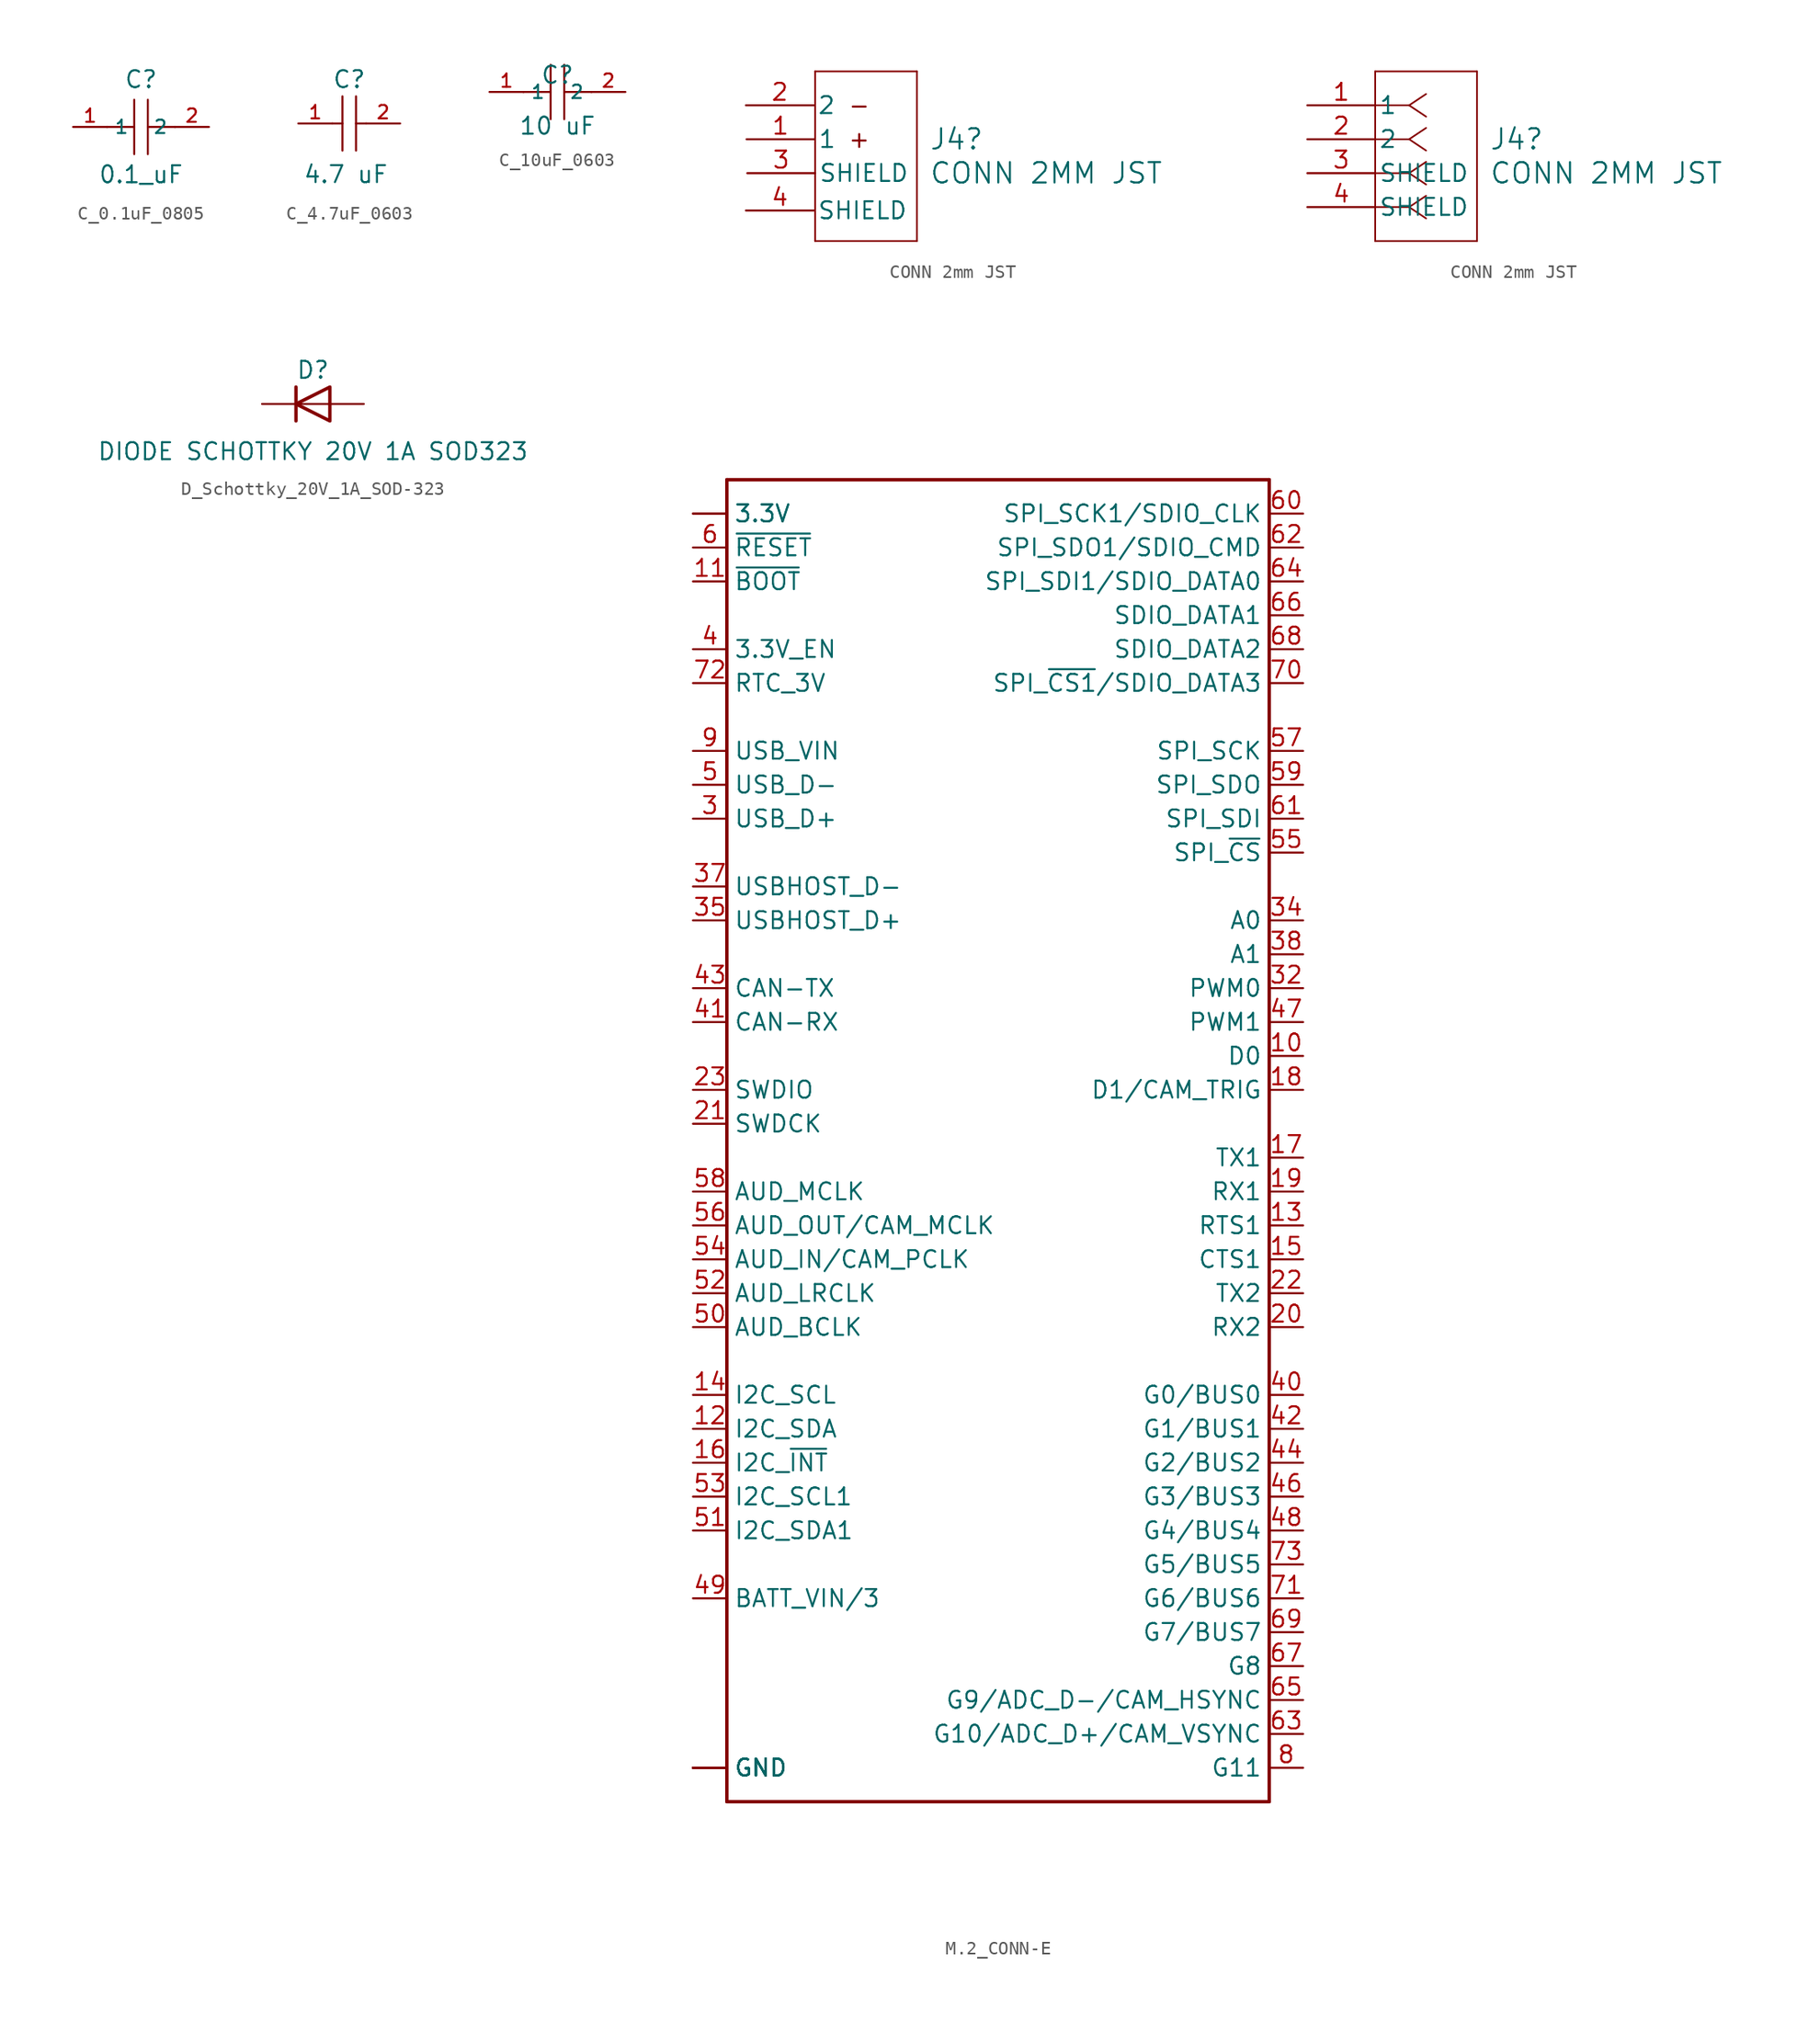
<source format=kicad_sym>
(kicad_symbol_lib
  (version 20241209)
  (generator "kicad_symbol_editor")
  (generator_version "9.0")
  (symbol "C_0.1uF_0805"
    (property "Reference" "C"
      (at 0 3.556 0)
      (effects (font (size 1.27 1.27))))
    (property "Value" "0.1_uF"
      (at 0 -3.556 0)
      (effects (font (size 1.27 1.27))))
    (symbol "C_0.1uF_0805_0_1"
      (polyline (pts (xy -0.508 0) (xy -2.54 0)) (stroke (width 0) (type default)) (fill (type none)))
      (polyline (pts (xy -0.508 -2.032) (xy -0.508 2.032)) (stroke (width 0) (type default)) (fill (type none)))
      (polyline (pts (xy 0.508 2.032) (xy 0.508 -2.032)) (stroke (width 0) (type default)) (fill (type none)))
      (polyline (pts (xy 2.54 0) (xy 0.508 0)) (stroke (width 0) (type default)) (fill (type none)))
      (pin unspecified line (at -5.08 0 0) (length 2.54) (name "1" (effects (font (size 1 1)))) (number "1" (effects (font (size 1 1)))))
      (pin unspecified line (at 5.08 0 180) (length 2.54) (name "2" (effects (font (size 1 1)))) (number "2" (effects (font (size 1 1)))))))
  (symbol "C_4.7uF_0603"
    (property "Reference" "C"
      (at 0 3.302 0)
      (effects (font (size 1.27 1.27))))
    (property "Value" "4.7 uF"
      (at -0.254 -3.81 0)
      (effects (font (size 1.27 1.27))))
    (symbol "C_4.7uF_0603_0_1"
      (polyline (pts (xy -1.27 0) (xy -0.508 0)) (stroke (width 0) (type default)) (fill (type none)))
      (polyline (pts (xy -0.508 2.032) (xy -0.508 -2.032)) (stroke (width 0) (type default)) (fill (type none)))
      (polyline (pts (xy 0.508 2.032) (xy 0.508 -2.032)) (stroke (width 0) (type default)) (fill (type none)))
      (polyline (pts (xy 0.508 0) (xy 1.27 0)) (stroke (width 0) (type default)) (fill (type none))))
    (symbol "C_4.7uF_0603_1_1"
      (pin input line (at -3.81 0 0) (length 2.54) (name "" (effects (font (size 1 1)))) (number "1" (effects (font (size 1 1)))))
      (pin input line (at 3.81 0 180) (length 2.54) (name "" (effects (font (size 1 1)))) (number "2" (effects (font (size 1 1)))))))
  (symbol "C_10uF_0603"
    (property "Reference" "C"
      (at 0 1.27 0)
      (effects (font (size 1.27 1.27))))
    (property "Value" "10 uF"
      (at 0 -2.54 0)
      (effects (font (size 1.27 1.27))))
    (symbol "C_10uF_0603_0_1"
      (polyline (pts (xy -0.508 0) (xy -2.54 0)) (stroke (width 0) (type default)) (fill (type none)))
      (polyline (pts (xy -0.508 -2.032) (xy -0.508 2.032)) (stroke (width 0) (type default)) (fill (type none)))
      (polyline (pts (xy 0.508 2.032) (xy 0.508 -2.032)) (stroke (width 0) (type default)) (fill (type none)))
      (polyline (pts (xy 2.54 0) (xy 0.508 0)) (stroke (width 0) (type default)) (fill (type none)))
      (pin unspecified line (at -5.08 0 0) (length 2.54) (name "1" (effects (font (size 1 1)))) (number "1" (effects (font (size 1 1)))))
      (pin unspecified line (at 5.08 0 180) (length 2.54) (name "2" (effects (font (size 1 1)))) (number "2" (effects (font (size 1 1)))))))
  (symbol "CONN 2mm JST"
    (pin_names
      (offset 0.254))
    (property "Reference" "J4"
      (at 13.614 -2.54 0)
      (effects (font (size 1.524 1.524)) (justify left)))
    (property "Value" "CONN 2MM JST"
      (at 13.614 -5.08 0)
      (effects (font (size 1.524 1.524)) (justify left)))
    (symbol "CONN 2mm JST_1_1"
      (polyline (pts (xy 5.08 2.54) (xy 5.08 -10.16)) (stroke (width 0.127) (type default)) (fill (type none)))
      (polyline (pts (xy 5.08 -10.16) (xy 12.7 -10.16)) (stroke (width 0.127) (type default)) (fill (type none)))
      (polyline (pts (xy 12.7 2.54) (xy 5.08 2.54)) (stroke (width 0.127) (type default)) (fill (type none)))
      (polyline (pts (xy 12.7 -10.16) (xy 12.7 2.54)) (stroke (width 0.127) (type default)) (fill (type none)))
      (text "-" (at 8.382 0 0) (effects (font (size 1.27 1.27))))
      (text "+" (at 8.382 -2.54 0) (effects (font (size 1.27 1.27))))
      (pin bidirectional line (at -0.102 0 0) (length 5.08) (name "2" (effects (font (size 1.27 1.27)))) (number "2" (effects (font (size 1.27 1.27)))))
      (pin bidirectional line (at -0.102 -7.874 0) (length 5.08) (name "SHIELD" (effects (font (size 1.27 1.27)))) (number "4" (effects (font (size 1.27 1.27)))))
      (pin bidirectional line (at -0.051 -2.54 0) (length 5.08) (name "1" (effects (font (size 1.27 1.27)))) (number "1" (effects (font (size 1.27 1.27)))))
      (pin bidirectional line (at 0 -5.08 0) (length 5.08) (name "SHIELD" (effects (font (size 1.27 1.27)))) (number "3" (effects (font (size 1.27 1.27))))))
    (symbol "CONN 2mm JST_1_2"
      (polyline (pts (xy 5.08 2.54) (xy 5.08 -10.16)) (stroke (width 0.127) (type default)) (fill (type none)))
      (polyline (pts (xy 5.08 -10.16) (xy 12.7 -10.16)) (stroke (width 0.127) (type default)) (fill (type none)))
      (polyline (pts (xy 7.62 0) (xy 5.08 0)) (stroke (width 0.127) (type default)) (fill (type none)))
      (polyline (pts (xy 7.62 0) (xy 8.89 0.847)) (stroke (width 0.127) (type default)) (fill (type none)))
      (polyline (pts (xy 7.62 0) (xy 8.89 -0.847)) (stroke (width 0.127) (type default)) (fill (type none)))
      (polyline (pts (xy 7.62 -2.54) (xy 5.08 -2.54)) (stroke (width 0.127) (type default)) (fill (type none)))
      (polyline (pts (xy 7.62 -2.54) (xy 8.89 -1.693)) (stroke (width 0.127) (type default)) (fill (type none)))
      (polyline (pts (xy 7.62 -2.54) (xy 8.89 -3.387)) (stroke (width 0.127) (type default)) (fill (type none)))
      (polyline (pts (xy 7.62 -5.08) (xy 5.08 -5.08)) (stroke (width 0.127) (type default)) (fill (type none)))
      (polyline (pts (xy 7.62 -5.08) (xy 8.89 -4.233)) (stroke (width 0.127) (type default)) (fill (type none)))
      (polyline (pts (xy 7.62 -5.08) (xy 8.89 -5.927)) (stroke (width 0.127) (type default)) (fill (type none)))
      (polyline (pts (xy 7.62 -7.62) (xy 5.08 -7.62)) (stroke (width 0.127) (type default)) (fill (type none)))
      (polyline (pts (xy 7.62 -7.62) (xy 8.89 -6.773)) (stroke (width 0.127) (type default)) (fill (type none)))
      (polyline (pts (xy 7.62 -7.62) (xy 8.89 -8.467)) (stroke (width 0.127) (type default)) (fill (type none)))
      (polyline (pts (xy 12.7 2.54) (xy 5.08 2.54)) (stroke (width 0.127) (type default)) (fill (type none)))
      (polyline (pts (xy 12.7 -10.16) (xy 12.7 2.54)) (stroke (width 0.127) (type default)) (fill (type none)))
      (pin unspecified line (at 0 0 0) (length 5.08) (name "1" (effects (font (size 1.27 1.27)))) (number "1" (effects (font (size 1.27 1.27)))))
      (pin unspecified line (at 0 -2.54 0) (length 5.08) (name "2" (effects (font (size 1.27 1.27)))) (number "2" (effects (font (size 1.27 1.27)))))
      (pin unspecified line (at 0 -5.08 0) (length 5.08) (name "SHIELD" (effects (font (size 1.27 1.27)))) (number "3" (effects (font (size 1.27 1.27)))))
      (pin unspecified line (at 0 -7.62 0) (length 5.08) (name "SHIELD" (effects (font (size 1.27 1.27)))) (number "4" (effects (font (size 1.27 1.27)))))))
  (symbol "D_Schottky_20V_1A_SOD-323"
    (pin_numbers
      (hide yes))
    (pin_names
      (hide yes))
    (property "Reference" "D"
      (at 0 2.54 0)
      (effects (font (size 1.27 1.27))))
    (property "Value" "DIODE SCHOTTKY 20V 1A SOD323"
      (at 0 -3.556 0)
      (effects (font (size 1.27 1.27))))
    (symbol "D_Schottky_20V_1A_SOD-323_0_1"
      (polyline (pts (xy -1.27 1.27) (xy -1.27 -1.27)) (stroke (width 0.254) (type default)) (fill (type none)))
      (polyline (pts (xy 1.27 1.27) (xy 1.27 -1.27) (xy -1.27 0) (xy 1.27 1.27)) (stroke (width 0.254) (type default)) (fill (type none)))
      (polyline (pts (xy 1.27 0) (xy -1.27 0)) (stroke (width 0) (type default)) (fill (type none))))
    (symbol "D_Schottky_20V_1A_SOD-323_1_1"
      (pin passive line (at -3.81 0 0) (length 2.54) (name "K" (effects (font (size 1.27 1.27)))) (number "1" (effects (font (size 1.27 1.27)))))
      (pin passive line (at 3.81 0 180) (length 2.54) (name "A" (effects (font (size 1.27 1.27)))) (number "2" (effects (font (size 1.27 1.27)))))))
  (symbol "M.2_CONN-E"
    (property "Reference" "J"
      (at -20.32 53.848 0)
      (effects (font (size 1.778 1.511)) (justify left bottom) (hide yes)))
    (symbol "M.2_CONN-E_1_0"
      (polyline (pts (xy -20.32 53.34) (xy 20.32 53.34)) (stroke (width 0.254) (type solid)) (fill (type none)))
      (polyline (pts (xy -20.32 -45.72) (xy -20.32 53.34)) (stroke (width 0.254) (type solid)) (fill (type none)))
      (polyline (pts (xy 20.32 53.34) (xy 20.32 -45.72)) (stroke (width 0.254) (type solid)) (fill (type none)))
      (polyline (pts (xy 20.32 -45.72) (xy -20.32 -45.72)) (stroke (width 0.254) (type solid)) (fill (type none)))
      (pin bidirectional line (at -22.86 50.8 0) (length 2.54) (name "3.3V" (effects (font (size 1.27 1.27)))) (number "2" (effects (font (size 0 0)))))
      (pin bidirectional line (at -22.86 50.8 0) (length 2.54) (name "3.3V" (effects (font (size 1.27 1.27)))) (number "74" (effects (font (size 0 0)))))
      (pin bidirectional line (at -22.86 48.26 0) (length 2.54) (name "~{RESET}" (effects (font (size 1.27 1.27)))) (number "6" (effects (font (size 1.27 1.27)))))
      (pin bidirectional line (at -22.86 45.72 0) (length 2.54) (name "~{BOOT}" (effects (font (size 1.27 1.27)))) (number "11" (effects (font (size 1.27 1.27)))))
      (pin bidirectional line (at -22.86 40.64 0) (length 2.54) (name "3.3V_EN" (effects (font (size 1.27 1.27)))) (number "4" (effects (font (size 1.27 1.27)))))
      (pin bidirectional line (at -22.86 38.1 0) (length 2.54) (name "RTC_3V" (effects (font (size 1.27 1.27)))) (number "72" (effects (font (size 1.27 1.27)))))
      (pin bidirectional line (at -22.86 33.02 0) (length 2.54) (name "USB_VIN" (effects (font (size 1.27 1.27)))) (number "9" (effects (font (size 1.27 1.27)))))
      (pin bidirectional line (at -22.86 30.48 0) (length 2.54) (name "USB_D-" (effects (font (size 1.27 1.27)))) (number "5" (effects (font (size 1.27 1.27)))))
      (pin bidirectional line (at -22.86 27.94 0) (length 2.54) (name "USB_D+" (effects (font (size 1.27 1.27)))) (number "3" (effects (font (size 1.27 1.27)))))
      (pin bidirectional line (at -22.86 22.86 0) (length 2.54) (name "USBHOST_D-" (effects (font (size 1.27 1.27)))) (number "37" (effects (font (size 1.27 1.27)))))
      (pin bidirectional line (at -22.86 20.32 0) (length 2.54) (name "USBHOST_D+" (effects (font (size 1.27 1.27)))) (number "35" (effects (font (size 1.27 1.27)))))
      (pin bidirectional line (at -22.86 15.24 0) (length 2.54) (name "CAN-TX" (effects (font (size 1.27 1.27)))) (number "43" (effects (font (size 1.27 1.27)))))
      (pin bidirectional line (at -22.86 12.7 0) (length 2.54) (name "CAN-RX" (effects (font (size 1.27 1.27)))) (number "41" (effects (font (size 1.27 1.27)))))
      (pin bidirectional line (at -22.86 7.62 0) (length 2.54) (name "SWDIO" (effects (font (size 1.27 1.27)))) (number "23" (effects (font (size 1.27 1.27)))))
      (pin bidirectional line (at -22.86 5.08 0) (length 2.54) (name "SWDCK" (effects (font (size 1.27 1.27)))) (number "21" (effects (font (size 1.27 1.27)))))
      (pin bidirectional line (at -22.86 0 0) (length 2.54) (name "AUD_MCLK" (effects (font (size 1.27 1.27)))) (number "58" (effects (font (size 1.27 1.27)))))
      (pin bidirectional line (at -22.86 -2.54 0) (length 2.54) (name "AUD_OUT/CAM_MCLK" (effects (font (size 1.27 1.27)))) (number "56" (effects (font (size 1.27 1.27)))))
      (pin bidirectional line (at -22.86 -5.08 0) (length 2.54) (name "AUD_IN/CAM_PCLK" (effects (font (size 1.27 1.27)))) (number "54" (effects (font (size 1.27 1.27)))))
      (pin bidirectional line (at -22.86 -7.62 0) (length 2.54) (name "AUD_LRCLK" (effects (font (size 1.27 1.27)))) (number "52" (effects (font (size 1.27 1.27)))))
      (pin bidirectional line (at -22.86 -10.16 0) (length 2.54) (name "AUD_BCLK" (effects (font (size 1.27 1.27)))) (number "50" (effects (font (size 1.27 1.27)))))
      (pin bidirectional line (at -22.86 -15.24 0) (length 2.54) (name "I2C_SCL" (effects (font (size 1.27 1.27)))) (number "14" (effects (font (size 1.27 1.27)))))
      (pin bidirectional line (at -22.86 -17.78 0) (length 2.54) (name "I2C_SDA" (effects (font (size 1.27 1.27)))) (number "12" (effects (font (size 1.27 1.27)))))
      (pin bidirectional line (at -22.86 -20.32 0) (length 2.54) (name "I2C_~{INT}" (effects (font (size 1.27 1.27)))) (number "16" (effects (font (size 1.27 1.27)))))
      (pin bidirectional line (at -22.86 -22.86 0) (length 2.54) (name "I2C_SCL1" (effects (font (size 1.27 1.27)))) (number "53" (effects (font (size 1.27 1.27)))))
      (pin bidirectional line (at -22.86 -25.4 0) (length 2.54) (name "I2C_SDA1" (effects (font (size 1.27 1.27)))) (number "51" (effects (font (size 1.27 1.27)))))
      (pin bidirectional line (at -22.86 -30.48 0) (length 2.54) (name "BATT_VIN/3" (effects (font (size 1.27 1.27)))) (number "49" (effects (font (size 1.27 1.27)))))
      (pin bidirectional line (at -22.86 -43.18 0) (length 2.54) (name "GND" (effects (font (size 1.27 1.27)))) (number "1" (effects (font (size 0 0)))))
      (pin bidirectional line (at -22.86 -43.18 0) (length 2.54) (name "GND" (effects (font (size 1.27 1.27)))) (number "33" (effects (font (size 0 0)))))
      (pin bidirectional line (at -22.86 -43.18 0) (length 2.54) (name "GND" (effects (font (size 1.27 1.27)))) (number "36" (effects (font (size 0 0)))))
      (pin bidirectional line (at -22.86 -43.18 0) (length 2.54) (name "GND" (effects (font (size 1.27 1.27)))) (number "39" (effects (font (size 0 0)))))
      (pin bidirectional line (at -22.86 -43.18 0) (length 2.54) (name "GND" (effects (font (size 1.27 1.27)))) (number "45" (effects (font (size 0 0)))))
      (pin bidirectional line (at -22.86 -43.18 0) (length 2.54) (name "GND" (effects (font (size 1.27 1.27)))) (number "7" (effects (font (size 0 0)))))
      (pin bidirectional line (at -22.86 -43.18 0) (length 2.54) (name "GND" (effects (font (size 1.27 1.27)))) (number "75" (effects (font (size 0 0)))))
      (pin bidirectional line (at 22.86 50.8 180) (length 2.54) (name "SPI_SCK1/SDIO_CLK" (effects (font (size 1.27 1.27)))) (number "60" (effects (font (size 1.27 1.27)))))
      (pin bidirectional line (at 22.86 48.26 180) (length 2.54) (name "SPI_SDO1/SDIO_CMD" (effects (font (size 1.27 1.27)))) (number "62" (effects (font (size 1.27 1.27)))))
      (pin bidirectional line (at 22.86 45.72 180) (length 2.54) (name "SPI_SDI1/SDIO_DATA0" (effects (font (size 1.27 1.27)))) (number "64" (effects (font (size 1.27 1.27)))))
      (pin bidirectional line (at 22.86 43.18 180) (length 2.54) (name "SDIO_DATA1" (effects (font (size 1.27 1.27)))) (number "66" (effects (font (size 1.27 1.27)))))
      (pin bidirectional line (at 22.86 40.64 180) (length 2.54) (name "SDIO_DATA2" (effects (font (size 1.27 1.27)))) (number "68" (effects (font (size 1.27 1.27)))))
      (pin bidirectional line (at 22.86 38.1 180) (length 2.54) (name "SPI_~{CS1}/SDIO_DATA3" (effects (font (size 1.27 1.27)))) (number "70" (effects (font (size 1.27 1.27)))))
      (pin bidirectional line (at 22.86 33.02 180) (length 2.54) (name "SPI_SCK" (effects (font (size 1.27 1.27)))) (number "57" (effects (font (size 1.27 1.27)))))
      (pin bidirectional line (at 22.86 30.48 180) (length 2.54) (name "SPI_SDO" (effects (font (size 1.27 1.27)))) (number "59" (effects (font (size 1.27 1.27)))))
      (pin bidirectional line (at 22.86 27.94 180) (length 2.54) (name "SPI_SDI" (effects (font (size 1.27 1.27)))) (number "61" (effects (font (size 1.27 1.27)))))
      (pin bidirectional line (at 22.86 25.4 180) (length 2.54) (name "SPI_~{CS}" (effects (font (size 1.27 1.27)))) (number "55" (effects (font (size 1.27 1.27)))))
      (pin bidirectional line (at 22.86 20.32 180) (length 2.54) (name "A0" (effects (font (size 1.27 1.27)))) (number "34" (effects (font (size 1.27 1.27)))))
      (pin bidirectional line (at 22.86 17.78 180) (length 2.54) (name "A1" (effects (font (size 1.27 1.27)))) (number "38" (effects (font (size 1.27 1.27)))))
      (pin bidirectional line (at 22.86 15.24 180) (length 2.54) (name "PWM0" (effects (font (size 1.27 1.27)))) (number "32" (effects (font (size 1.27 1.27)))))
      (pin bidirectional line (at 22.86 12.7 180) (length 2.54) (name "PWM1" (effects (font (size 1.27 1.27)))) (number "47" (effects (font (size 1.27 1.27)))))
      (pin bidirectional line (at 22.86 10.16 180) (length 2.54) (name "D0" (effects (font (size 1.27 1.27)))) (number "10" (effects (font (size 1.27 1.27)))))
      (pin bidirectional line (at 22.86 7.62 180) (length 2.54) (name "D1/CAM_TRIG" (effects (font (size 1.27 1.27)))) (number "18" (effects (font (size 1.27 1.27)))))
      (pin bidirectional line (at 22.86 2.54 180) (length 2.54) (name "TX1" (effects (font (size 1.27 1.27)))) (number "17" (effects (font (size 1.27 1.27)))))
      (pin bidirectional line (at 22.86 0 180) (length 2.54) (name "RX1" (effects (font (size 1.27 1.27)))) (number "19" (effects (font (size 1.27 1.27)))))
      (pin bidirectional line (at 22.86 -2.54 180) (length 2.54) (name "RTS1" (effects (font (size 1.27 1.27)))) (number "13" (effects (font (size 1.27 1.27)))))
      (pin bidirectional line (at 22.86 -5.08 180) (length 2.54) (name "CTS1" (effects (font (size 1.27 1.27)))) (number "15" (effects (font (size 1.27 1.27)))))
      (pin bidirectional line (at 22.86 -7.62 180) (length 2.54) (name "TX2" (effects (font (size 1.27 1.27)))) (number "22" (effects (font (size 1.27 1.27)))))
      (pin bidirectional line (at 22.86 -10.16 180) (length 2.54) (name "RX2" (effects (font (size 1.27 1.27)))) (number "20" (effects (font (size 1.27 1.27)))))
      (pin bidirectional line (at 22.86 -15.24 180) (length 2.54) (name "G0/BUS0" (effects (font (size 1.27 1.27)))) (number "40" (effects (font (size 1.27 1.27)))))
      (pin bidirectional line (at 22.86 -17.78 180) (length 2.54) (name "G1/BUS1" (effects (font (size 1.27 1.27)))) (number "42" (effects (font (size 1.27 1.27)))))
      (pin bidirectional line (at 22.86 -20.32 180) (length 2.54) (name "G2/BUS2" (effects (font (size 1.27 1.27)))) (number "44" (effects (font (size 1.27 1.27)))))
      (pin bidirectional line (at 22.86 -22.86 180) (length 2.54) (name "G3/BUS3" (effects (font (size 1.27 1.27)))) (number "46" (effects (font (size 1.27 1.27)))))
      (pin bidirectional line (at 22.86 -25.4 180) (length 2.54) (name "G4/BUS4" (effects (font (size 1.27 1.27)))) (number "48" (effects (font (size 1.27 1.27)))))
      (pin bidirectional line (at 22.86 -27.94 180) (length 2.54) (name "G5/BUS5" (effects (font (size 1.27 1.27)))) (number "73" (effects (font (size 1.27 1.27)))))
      (pin bidirectional line (at 22.86 -30.48 180) (length 2.54) (name "G6/BUS6" (effects (font (size 1.27 1.27)))) (number "71" (effects (font (size 1.27 1.27)))))
      (pin bidirectional line (at 22.86 -33.02 180) (length 2.54) (name "G7/BUS7" (effects (font (size 1.27 1.27)))) (number "69" (effects (font (size 1.27 1.27)))))
      (pin bidirectional line (at 22.86 -35.56 180) (length 2.54) (name "G8" (effects (font (size 1.27 1.27)))) (number "67" (effects (font (size 1.27 1.27)))))
      (pin bidirectional line (at 22.86 -38.1 180) (length 2.54) (name "G9/ADC_D-/CAM_HSYNC" (effects (font (size 1.27 1.27)))) (number "65" (effects (font (size 1.27 1.27)))))
      (pin bidirectional line (at 22.86 -40.64 180) (length 2.54) (name "G10/ADC_D+/CAM_VSYNC" (effects (font (size 1.27 1.27)))) (number "63" (effects (font (size 1.27 1.27)))))
      (pin bidirectional line (at 22.86 -43.18 180) (length 2.54) (name "G11" (effects (font (size 1.27 1.27)))) (number "8" (effects (font (size 1.27 1.27))))))))
</source>
